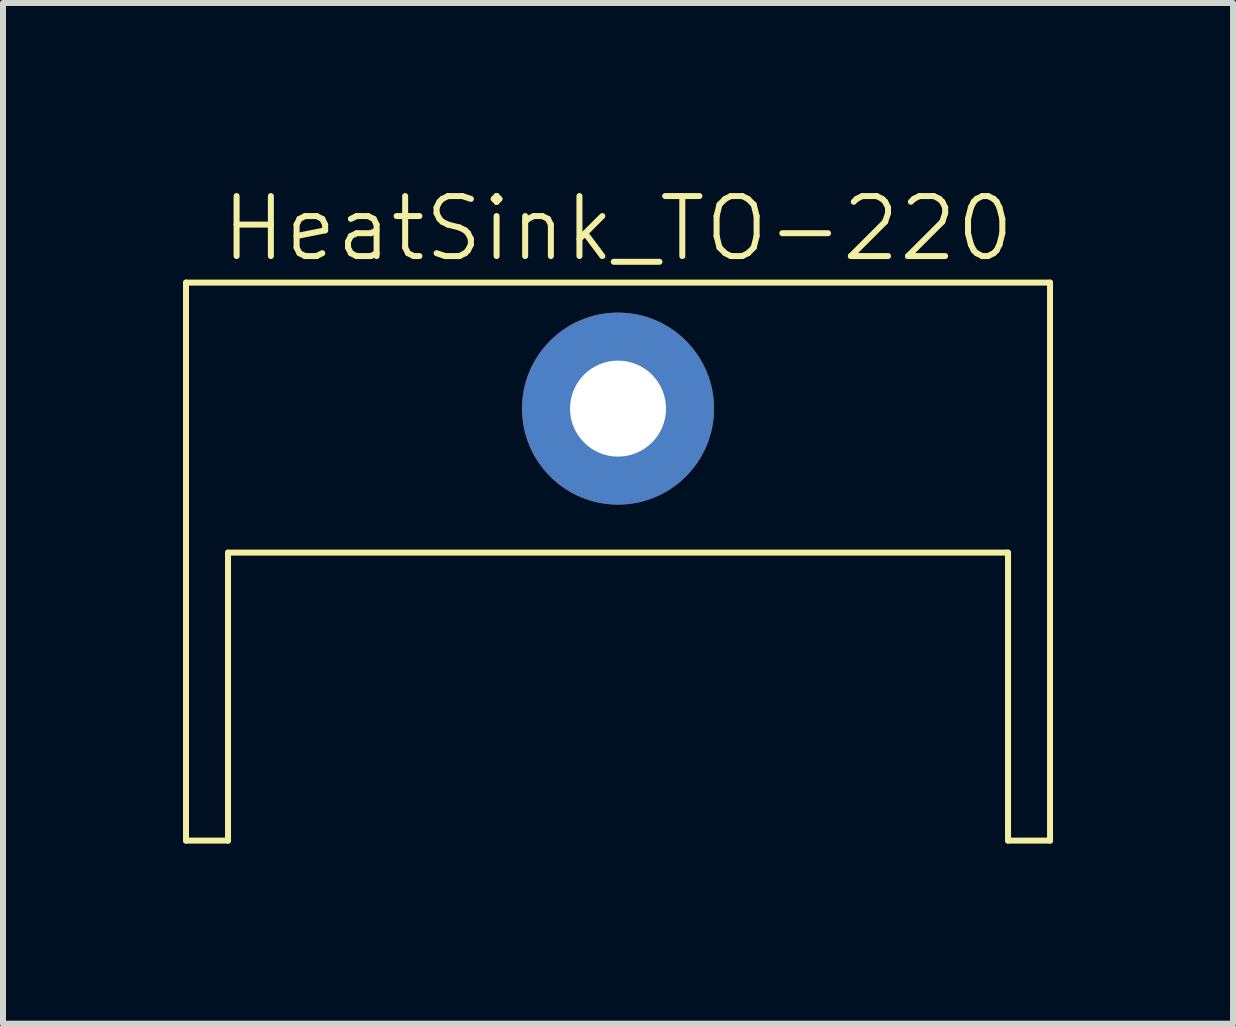
<source format=kicad_pcb>
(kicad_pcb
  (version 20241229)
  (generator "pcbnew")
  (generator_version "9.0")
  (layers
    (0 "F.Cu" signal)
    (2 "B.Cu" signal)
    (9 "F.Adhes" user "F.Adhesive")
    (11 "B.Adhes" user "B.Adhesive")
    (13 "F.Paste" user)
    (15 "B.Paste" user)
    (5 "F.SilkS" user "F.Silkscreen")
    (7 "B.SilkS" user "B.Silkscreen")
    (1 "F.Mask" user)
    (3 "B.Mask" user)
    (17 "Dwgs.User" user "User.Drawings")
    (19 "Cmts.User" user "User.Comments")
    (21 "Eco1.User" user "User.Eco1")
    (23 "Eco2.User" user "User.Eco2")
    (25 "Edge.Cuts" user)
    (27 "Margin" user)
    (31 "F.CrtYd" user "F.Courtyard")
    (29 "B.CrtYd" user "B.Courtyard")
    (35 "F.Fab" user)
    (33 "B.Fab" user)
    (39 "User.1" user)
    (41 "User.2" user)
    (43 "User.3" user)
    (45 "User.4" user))
  (footprint "HeatSink_TO-220"
    (layer "F.Cu")
    (at 7.25 3.76)
    (property "Reference" "HeatSink_TO-220" (at 0 -3 0) (unlocked yes) (layer "F.SilkS") (effects (font (size 1 1) (thickness 0.1))))
    (attr through_hole)
    (fp_line (start -7.2 -2.1) (end -7.2 7.2) (stroke (width 0.1) (type default)) (layer "F.SilkS"))
    (fp_line (start -7.2 7.2) (end -6.5 7.2) (stroke (width 0.1) (type default)) (layer "F.SilkS"))
    (fp_line (start -6.5 2.4) (end 6.5 2.4) (stroke (width 0.1) (type default)) (layer "F.SilkS"))
    (fp_line (start -6.5 7.2) (end -6.5 2.4) (stroke (width 0.1) (type default)) (layer "F.SilkS"))
    (fp_line (start 6.5 2.4) (end 6.5 7.2) (stroke (width 0.1) (type default)) (layer "F.SilkS"))
    (fp_line (start 6.5 7.2) (end 7.2 7.2) (stroke (width 0.1) (type default)) (layer "F.SilkS"))
    (fp_line (start 7.2 -2.1) (end -7.2 -2.1) (stroke (width 0.1) (type default)) (layer "F.SilkS"))
    (fp_line (start 7.2 7.2) (end 7.2 -2.1) (stroke (width 0.1) (type default)) (layer "F.SilkS"))
    (pad "" np_thru_hole circle (at 0.000001 0 90) (size 3.2 3.2) (drill 1.6) (layers "*.Cu" "*.Mask")))
  (gr_rect
    (start -3 -3)
    (end 17.5 14.011)
    (stroke (width 0.1) (type default))
    (fill no)
    (layer "Edge.Cuts")))
</source>
